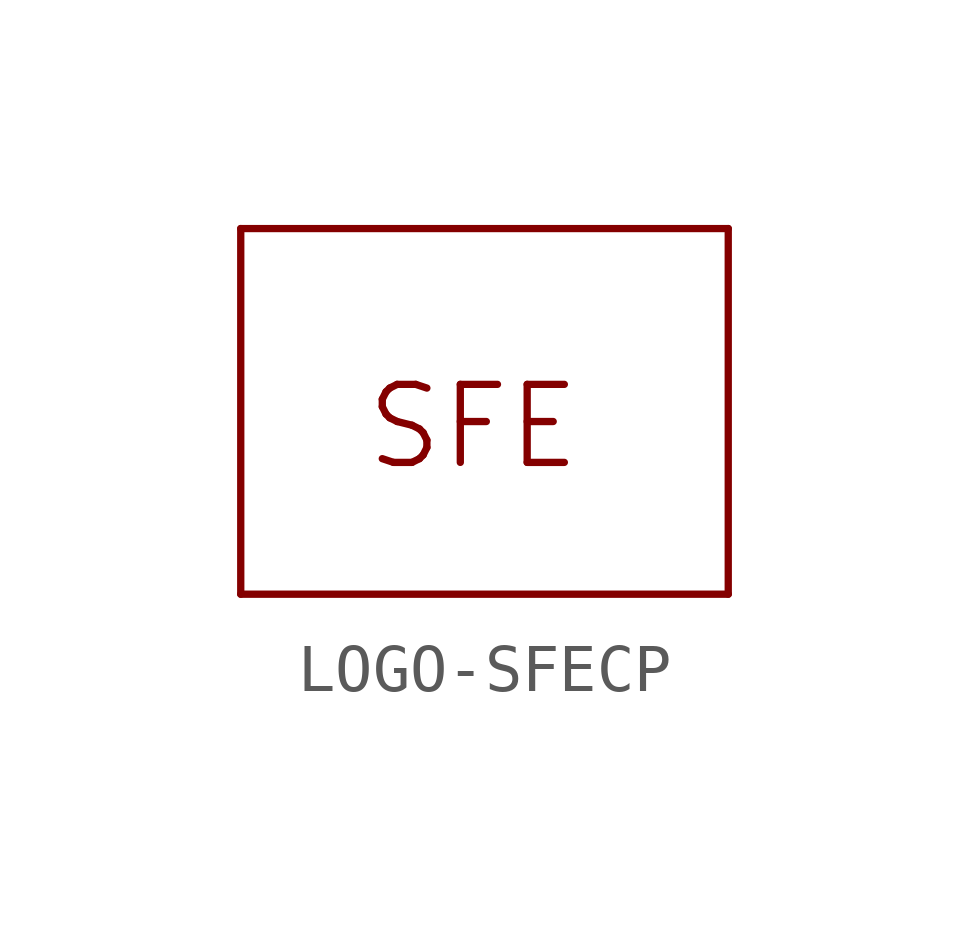
<source format=kicad_sym>
(kicad_symbol_lib
  (version 20211014)
  (generator kicad_symbol_editor)
  (symbol "LOGO-SFECP"
    (pin_names
      (offset 1.016))
    (property "Reference" "LOGO"
      (at 0 0 0)
      (effects (font (size 1.27 1.27)) hide))
    (property "ki_locked" ""
      (at 0 0 0)
      (effects (font (size 1.27 1.27))))
    (symbol "LOGO-SFECP_1_0"
      (polyline (pts (xy -2.54 -2.54) (xy 7.62 -2.54)) (stroke (width 0) (type default) (color 0 0 0 0)) (fill (type none)))
      (polyline (pts (xy -2.54 5.08) (xy -2.54 -2.54)) (stroke (width 0) (type default) (color 0 0 0 0)) (fill (type none)))
      (polyline (pts (xy 7.62 -2.54) (xy 7.62 5.08)) (stroke (width 0) (type default) (color 0 0 0 0)) (fill (type none)))
      (polyline (pts (xy 7.62 5.08) (xy -2.54 5.08)) (stroke (width 0) (type default) (color 0 0 0 0)) (fill (type none)))
      (text "SFE" (at 0 0 0) (effects (font (size 1.626 1.626)) (justify left bottom))))))
</source>
